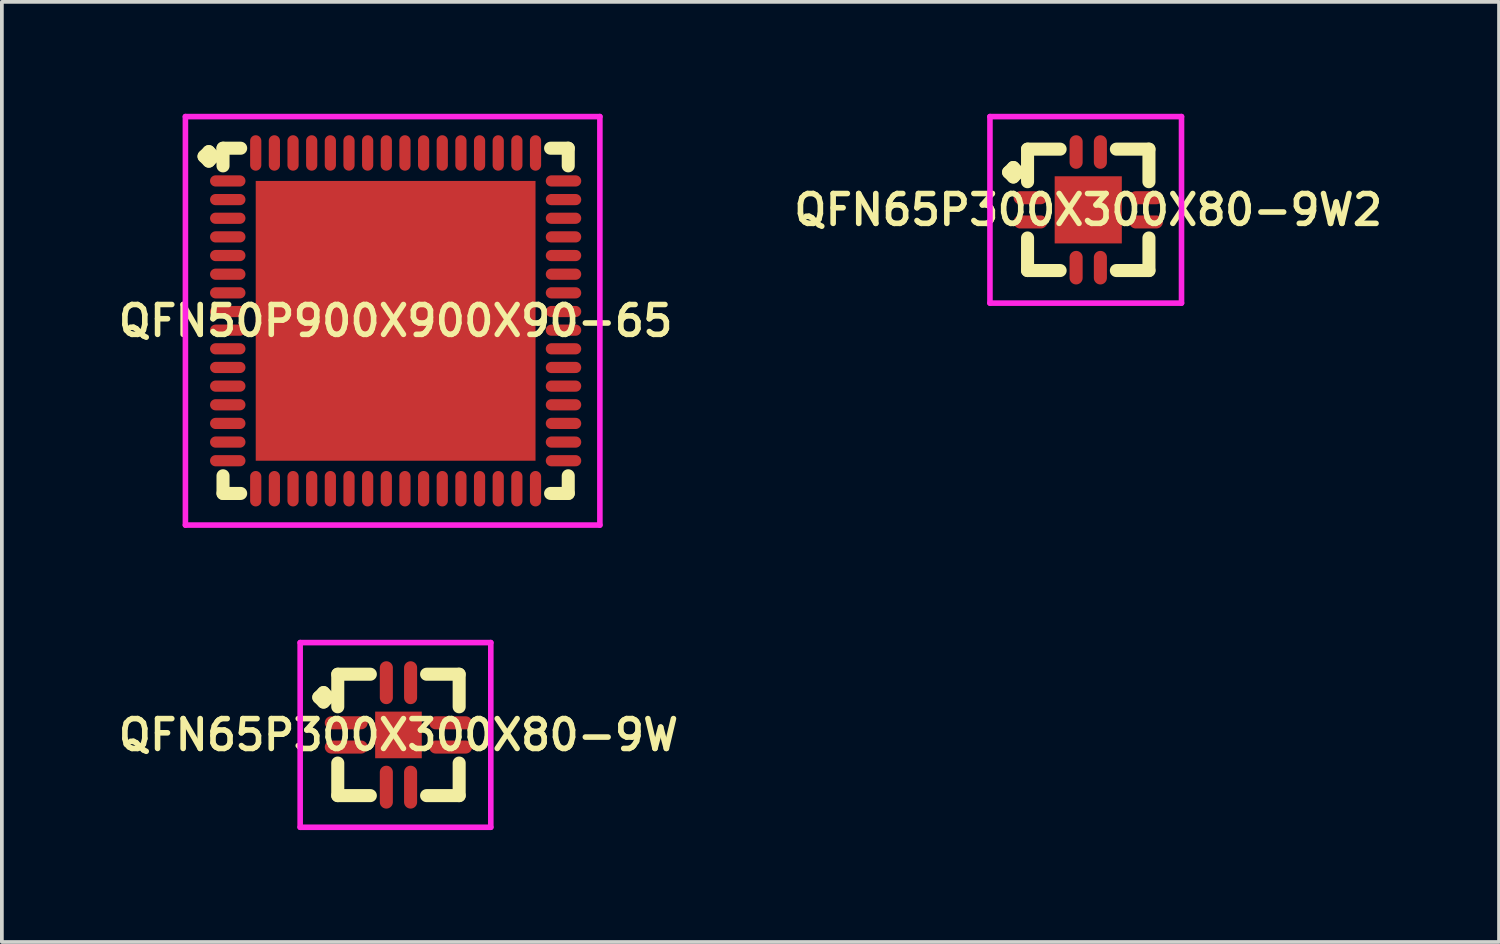
<source format=kicad_pcb>
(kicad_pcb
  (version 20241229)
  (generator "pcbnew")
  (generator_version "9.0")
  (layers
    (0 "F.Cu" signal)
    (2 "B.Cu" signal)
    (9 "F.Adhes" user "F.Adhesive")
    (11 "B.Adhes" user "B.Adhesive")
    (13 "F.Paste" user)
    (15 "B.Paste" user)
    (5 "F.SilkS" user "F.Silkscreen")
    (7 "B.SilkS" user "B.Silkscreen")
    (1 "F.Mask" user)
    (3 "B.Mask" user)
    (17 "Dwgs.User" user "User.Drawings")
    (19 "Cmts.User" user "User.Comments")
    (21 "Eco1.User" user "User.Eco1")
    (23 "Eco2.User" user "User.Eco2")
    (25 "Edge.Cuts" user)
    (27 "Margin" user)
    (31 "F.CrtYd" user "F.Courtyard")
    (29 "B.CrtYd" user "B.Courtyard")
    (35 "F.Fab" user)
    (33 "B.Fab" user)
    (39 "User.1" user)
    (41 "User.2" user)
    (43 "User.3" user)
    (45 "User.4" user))
  (footprint "QFN50P900X900X90-65"
    (layer "F.Cu")
    (at 7.555 5.55)
    (property "Reference" "QFN50P900X900X90-65" (at 0 0 0) (layer "F.SilkS") (effects (font (size 0.8 0.8) (thickness 0.15))))
    (attr smd)
    (fp_line (start -5.135 -4.408) (end -5.008 -4.535) (stroke (width 0.35) (type solid)) (layer "F.SilkS"))
    (fp_line (start -5.008 -4.535) (end -4.881 -4.408) (stroke (width 0.35) (type solid)) (layer "F.SilkS"))
    (fp_line (start -5.008 -4.281) (end -5.135 -4.408) (stroke (width 0.35) (type solid)) (layer "F.SilkS"))
    (fp_line (start -4.881 -4.408) (end -5.008 -4.281) (stroke (width 0.35) (type solid)) (layer "F.SilkS"))
    (fp_line (start -4.627 -4.627) (end -4.154 -4.627) (stroke (width 0.35) (type solid)) (layer "F.SilkS"))
    (fp_line (start -4.627 -4.154) (end -4.627 -4.627) (stroke (width 0.35) (type solid)) (layer "F.SilkS"))
    (fp_line (start -4.627 4.154) (end -4.627 4.627) (stroke (width 0.35) (type solid)) (layer "F.SilkS"))
    (fp_line (start -4.627 4.627) (end -4.154 4.627) (stroke (width 0.35) (type solid)) (layer "F.SilkS"))
    (fp_line (start 4.154 -4.627) (end 4.627 -4.627) (stroke (width 0.35) (type solid)) (layer "F.SilkS"))
    (fp_line (start 4.154 4.627) (end 4.627 4.627) (stroke (width 0.35) (type solid)) (layer "F.SilkS"))
    (fp_line (start 4.627 -4.627) (end 4.627 -4.154) (stroke (width 0.35) (type solid)) (layer "F.SilkS"))
    (fp_line (start 4.627 4.627) (end 4.627 4.154) (stroke (width 0.35) (type solid)) (layer "F.SilkS"))
    (fp_line (start -5.635 -5.475) (end 5.475 -5.475) (stroke (width 0.15) (type solid)) (layer "F.CrtYd"))
    (fp_line (start -5.635 5.475) (end -5.635 -5.475) (stroke (width 0.15) (type solid)) (layer "F.CrtYd"))
    (fp_line (start 5.475 -5.475) (end 5.475 5.475) (stroke (width 0.15) (type solid)) (layer "F.CrtYd"))
    (fp_line (start 5.475 5.475) (end -5.635 5.475) (stroke (width 0.15) (type solid)) (layer "F.CrtYd"))
    (pad "1" smd oval (at -4.5 -3.75) (size 0.95 0.3) (layers "F.Cu" "F.Mask" "F.Paste"))
    (pad "2" smd oval (at -4.5 -3.25) (size 0.95 0.3) (layers "F.Cu" "F.Mask" "F.Paste"))
    (pad "3" smd oval (at -4.5 -2.75) (size 0.95 0.3) (layers "F.Cu" "F.Mask" "F.Paste"))
    (pad "4" smd oval (at -4.5 -2.25) (size 0.95 0.3) (layers "F.Cu" "F.Mask" "F.Paste"))
    (pad "5" smd oval (at -4.5 -1.75) (size 0.95 0.3) (layers "F.Cu" "F.Mask" "F.Paste"))
    (pad "6" smd oval (at -4.5 -1.25) (size 0.95 0.3) (layers "F.Cu" "F.Mask" "F.Paste"))
    (pad "7" smd oval (at -4.5 -0.75) (size 0.95 0.3) (layers "F.Cu" "F.Mask" "F.Paste"))
    (pad "8" smd oval (at -4.5 -0.25) (size 0.95 0.3) (layers "F.Cu" "F.Mask" "F.Paste"))
    (pad "9" smd oval (at -4.5 0.25) (size 0.95 0.3) (layers "F.Cu" "F.Mask" "F.Paste"))
    (pad "10" smd oval (at -4.5 0.75) (size 0.95 0.3) (layers "F.Cu" "F.Mask" "F.Paste"))
    (pad "11" smd oval (at -4.5 1.25) (size 0.95 0.3) (layers "F.Cu" "F.Mask" "F.Paste"))
    (pad "12" smd oval (at -4.5 1.75) (size 0.95 0.3) (layers "F.Cu" "F.Mask" "F.Paste"))
    (pad "13" smd oval (at -4.5 2.25) (size 0.95 0.3) (layers "F.Cu" "F.Mask" "F.Paste"))
    (pad "14" smd oval (at -4.5 2.75) (size 0.95 0.3) (layers "F.Cu" "F.Mask" "F.Paste"))
    (pad "15" smd oval (at -4.5 3.25) (size 0.95 0.3) (layers "F.Cu" "F.Mask" "F.Paste"))
    (pad "16" smd oval (at -4.5 3.75) (size 0.95 0.3) (layers "F.Cu" "F.Mask" "F.Paste"))
    (pad "17" smd oval (at -3.75 4.5) (size 0.3 0.95) (layers "F.Cu" "F.Mask" "F.Paste"))
    (pad "18" smd oval (at -3.25 4.5) (size 0.3 0.95) (layers "F.Cu" "F.Mask" "F.Paste"))
    (pad "19" smd oval (at -2.75 4.5) (size 0.3 0.95) (layers "F.Cu" "F.Mask" "F.Paste"))
    (pad "20" smd oval (at -2.25 4.5) (size 0.3 0.95) (layers "F.Cu" "F.Mask" "F.Paste"))
    (pad "21" smd oval (at -1.75 4.5) (size 0.3 0.95) (layers "F.Cu" "F.Mask" "F.Paste"))
    (pad "22" smd oval (at -1.25 4.5) (size 0.3 0.95) (layers "F.Cu" "F.Mask" "F.Paste"))
    (pad "23" smd oval (at -0.75 4.5) (size 0.3 0.95) (layers "F.Cu" "F.Mask" "F.Paste"))
    (pad "24" smd oval (at -0.25 4.5) (size 0.3 0.95) (layers "F.Cu" "F.Mask" "F.Paste"))
    (pad "25" smd oval (at 0.25 4.5) (size 0.3 0.95) (layers "F.Cu" "F.Mask" "F.Paste"))
    (pad "26" smd oval (at 0.75 4.5) (size 0.3 0.95) (layers "F.Cu" "F.Mask" "F.Paste"))
    (pad "27" smd oval (at 1.25 4.5) (size 0.3 0.95) (layers "F.Cu" "F.Mask" "F.Paste"))
    (pad "28" smd oval (at 1.75 4.5) (size 0.3 0.95) (layers "F.Cu" "F.Mask" "F.Paste"))
    (pad "29" smd oval (at 2.25 4.5) (size 0.3 0.95) (layers "F.Cu" "F.Mask" "F.Paste"))
    (pad "30" smd oval (at 2.75 4.5) (size 0.3 0.95) (layers "F.Cu" "F.Mask" "F.Paste"))
    (pad "31" smd oval (at 3.25 4.5) (size 0.3 0.95) (layers "F.Cu" "F.Mask" "F.Paste"))
    (pad "32" smd oval (at 3.75 4.5) (size 0.3 0.95) (layers "F.Cu" "F.Mask" "F.Paste"))
    (pad "33" smd oval (at 4.5 3.75) (size 0.95 0.3) (layers "F.Cu" "F.Mask" "F.Paste"))
    (pad "34" smd oval (at 4.5 3.25) (size 0.95 0.3) (layers "F.Cu" "F.Mask" "F.Paste"))
    (pad "35" smd oval (at 4.5 2.75) (size 0.95 0.3) (layers "F.Cu" "F.Mask" "F.Paste"))
    (pad "36" smd oval (at 4.5 2.25) (size 0.95 0.3) (layers "F.Cu" "F.Mask" "F.Paste"))
    (pad "37" smd oval (at 4.5 1.75) (size 0.95 0.3) (layers "F.Cu" "F.Mask" "F.Paste"))
    (pad "38" smd oval (at 4.5 1.25) (size 0.95 0.3) (layers "F.Cu" "F.Mask" "F.Paste"))
    (pad "39" smd oval (at 4.5 0.75) (size 0.95 0.3) (layers "F.Cu" "F.Mask" "F.Paste"))
    (pad "40" smd oval (at 4.5 0.25) (size 0.95 0.3) (layers "F.Cu" "F.Mask" "F.Paste"))
    (pad "41" smd oval (at 4.5 -0.25) (size 0.95 0.3) (layers "F.Cu" "F.Mask" "F.Paste"))
    (pad "42" smd oval (at 4.5 -0.75) (size 0.95 0.3) (layers "F.Cu" "F.Mask" "F.Paste"))
    (pad "43" smd oval (at 4.5 -1.25) (size 0.95 0.3) (layers "F.Cu" "F.Mask" "F.Paste"))
    (pad "44" smd oval (at 4.5 -1.75) (size 0.95 0.3) (layers "F.Cu" "F.Mask" "F.Paste"))
    (pad "45" smd oval (at 4.5 -2.25) (size 0.95 0.3) (layers "F.Cu" "F.Mask" "F.Paste"))
    (pad "46" smd oval (at 4.5 -2.75) (size 0.95 0.3) (layers "F.Cu" "F.Mask" "F.Paste"))
    (pad "47" smd oval (at 4.5 -3.25) (size 0.95 0.3) (layers "F.Cu" "F.Mask" "F.Paste"))
    (pad "48" smd oval (at 4.5 -3.75) (size 0.95 0.3) (layers "F.Cu" "F.Mask" "F.Paste"))
    (pad "49" smd oval (at 3.75 -4.5) (size 0.3 0.95) (layers "F.Cu" "F.Mask" "F.Paste"))
    (pad "50" smd oval (at 3.25 -4.5) (size 0.3 0.95) (layers "F.Cu" "F.Mask" "F.Paste"))
    (pad "51" smd oval (at 2.75 -4.5) (size 0.3 0.95) (layers "F.Cu" "F.Mask" "F.Paste"))
    (pad "52" smd oval (at 2.25 -4.5) (size 0.3 0.95) (layers "F.Cu" "F.Mask" "F.Paste"))
    (pad "53" smd oval (at 1.75 -4.5) (size 0.3 0.95) (layers "F.Cu" "F.Mask" "F.Paste"))
    (pad "54" smd oval (at 1.25 -4.5) (size 0.3 0.95) (layers "F.Cu" "F.Mask" "F.Paste"))
    (pad "55" smd oval (at 0.75 -4.5) (size 0.3 0.95) (layers "F.Cu" "F.Mask" "F.Paste"))
    (pad "56" smd oval (at 0.25 -4.5) (size 0.3 0.95) (layers "F.Cu" "F.Mask" "F.Paste"))
    (pad "57" smd oval (at -0.25 -4.5) (size 0.3 0.95) (layers "F.Cu" "F.Mask" "F.Paste"))
    (pad "58" smd oval (at -0.75 -4.5) (size 0.3 0.95) (layers "F.Cu" "F.Mask" "F.Paste"))
    (pad "59" smd oval (at -1.25 -4.5) (size 0.3 0.95) (layers "F.Cu" "F.Mask" "F.Paste"))
    (pad "60" smd oval (at -1.75 -4.5) (size 0.3 0.95) (layers "F.Cu" "F.Mask" "F.Paste"))
    (pad "61" smd oval (at -2.25 -4.5) (size 0.3 0.95) (layers "F.Cu" "F.Mask" "F.Paste"))
    (pad "62" smd oval (at -2.75 -4.5) (size 0.3 0.95) (layers "F.Cu" "F.Mask" "F.Paste"))
    (pad "63" smd oval (at -3.25 -4.5) (size 0.3 0.95) (layers "F.Cu" "F.Mask" "F.Paste"))
    (pad "64" smd oval (at -3.75 -4.5) (size 0.3 0.95) (layers "F.Cu" "F.Mask" "F.Paste"))
    (pad "65" smd rect (at 0 0) (size 7.5 7.5) (layers "F.Cu" "F.Mask" "F.Paste")))
  (footprint "QFN65P300X300X80-9W2"
    (layer "F.Cu")
    (at 26.121 2.575)
    (property "Reference" "QFN65P300X300X80-9W2" (at 0 0 0) (layer "F.SilkS") (effects (font (size 0.8 0.8) (thickness 0.15))))
    (attr smd)
    (fp_line (start -2.135 -1.008) (end -2.008 -1.135) (stroke (width 0.35) (type solid)) (layer "F.SilkS"))
    (fp_line (start -2.008 -1.135) (end -1.881 -1.008) (stroke (width 0.35) (type solid)) (layer "F.SilkS"))
    (fp_line (start -2.008 -0.881) (end -2.135 -1.008) (stroke (width 0.35) (type solid)) (layer "F.SilkS"))
    (fp_line (start -1.881 -1.008) (end -2.008 -0.881) (stroke (width 0.35) (type solid)) (layer "F.SilkS"))
    (fp_line (start -1.627 -1.627) (end -0.754 -1.627) (stroke (width 0.35) (type solid)) (layer "F.SilkS"))
    (fp_line (start -1.627 -0.754) (end -1.627 -1.627) (stroke (width 0.35) (type solid)) (layer "F.SilkS"))
    (fp_line (start -1.627 0.754) (end -1.627 1.627) (stroke (width 0.35) (type solid)) (layer "F.SilkS"))
    (fp_line (start -1.627 1.627) (end -0.754 1.627) (stroke (width 0.35) (type solid)) (layer "F.SilkS"))
    (fp_line (start 0.754 -1.627) (end 1.627 -1.627) (stroke (width 0.35) (type solid)) (layer "F.SilkS"))
    (fp_line (start 0.754 1.627) (end 1.627 1.627) (stroke (width 0.35) (type solid)) (layer "F.SilkS"))
    (fp_line (start 1.627 -1.627) (end 1.627 -0.754) (stroke (width 0.35) (type solid)) (layer "F.SilkS"))
    (fp_line (start 1.627 1.627) (end 1.627 0.754) (stroke (width 0.35) (type solid)) (layer "F.SilkS"))
    (fp_line (start -2.635 -2.5) (end 2.5 -2.5) (stroke (width 0.15) (type solid)) (layer "F.CrtYd"))
    (fp_line (start -2.635 2.5) (end -2.635 -2.5) (stroke (width 0.15) (type solid)) (layer "F.CrtYd"))
    (fp_line (start 2.5 -2.5) (end 2.5 2.5) (stroke (width 0.15) (type solid)) (layer "F.CrtYd"))
    (fp_line (start 2.5 2.5) (end -2.635 2.5) (stroke (width 0.15) (type solid)) (layer "F.CrtYd"))
    (pad "1" smd oval (at -1.55 -0.325) (size 0.9 0.35) (layers "F.Cu" "F.Mask" "F.Paste"))
    (pad "2" smd oval (at -1.55 0.325) (size 0.9 0.35) (layers "F.Cu" "F.Mask" "F.Paste"))
    (pad "3" smd oval (at -0.325 1.55) (size 0.35 0.9) (layers "F.Cu" "F.Mask" "F.Paste"))
    (pad "4" smd oval (at 0.325 1.55) (size 0.35 0.9) (layers "F.Cu" "F.Mask" "F.Paste"))
    (pad "5" smd oval (at 1.55 0.325) (size 0.9 0.35) (layers "F.Cu" "F.Mask" "F.Paste"))
    (pad "6" smd oval (at 1.55 -0.325) (size 0.9 0.35) (layers "F.Cu" "F.Mask" "F.Paste"))
    (pad "7" smd oval (at 0.325 -1.55) (size 0.35 0.9) (layers "F.Cu" "F.Mask" "F.Paste"))
    (pad "8" smd oval (at -0.325 -1.55) (size 0.35 0.9) (layers "F.Cu" "F.Mask" "F.Paste"))
    (pad "9" smd rect (at 0 0) (size 1.8 1.8) (layers "F.Cu" "F.Mask" "F.Paste")))
  (footprint "QFN65P300X300X80-9W"
    (layer "F.Cu")
    (at 7.631 16.65)
    (property "Reference" "QFN65P300X300X80-9W" (at 0 0 0) (layer "F.SilkS") (effects (font (size 0.8 0.8) (thickness 0.15))))
    (attr smd)
    (fp_line (start -2.135 -1.008) (end -2.008 -1.135) (stroke (width 0.35) (type solid)) (layer "F.SilkS"))
    (fp_line (start -2.008 -1.135) (end -1.881 -1.008) (stroke (width 0.35) (type solid)) (layer "F.SilkS"))
    (fp_line (start -2.008 -0.881) (end -2.135 -1.008) (stroke (width 0.35) (type solid)) (layer "F.SilkS"))
    (fp_line (start -1.881 -1.008) (end -2.008 -0.881) (stroke (width 0.35) (type solid)) (layer "F.SilkS"))
    (fp_line (start -1.627 -1.627) (end -0.754 -1.627) (stroke (width 0.35) (type solid)) (layer "F.SilkS"))
    (fp_line (start -1.627 -0.754) (end -1.627 -1.627) (stroke (width 0.35) (type solid)) (layer "F.SilkS"))
    (fp_line (start -1.627 0.754) (end -1.627 1.627) (stroke (width 0.35) (type solid)) (layer "F.SilkS"))
    (fp_line (start -1.627 1.627) (end -0.754 1.627) (stroke (width 0.35) (type solid)) (layer "F.SilkS"))
    (fp_line (start 0.754 -1.627) (end 1.627 -1.627) (stroke (width 0.35) (type solid)) (layer "F.SilkS"))
    (fp_line (start 0.754 1.627) (end 1.627 1.627) (stroke (width 0.35) (type solid)) (layer "F.SilkS"))
    (fp_line (start 1.627 -1.627) (end 1.627 -0.754) (stroke (width 0.35) (type solid)) (layer "F.SilkS"))
    (fp_line (start 1.627 1.627) (end 1.627 0.754) (stroke (width 0.35) (type solid)) (layer "F.SilkS"))
    (fp_line (start -2.635 -2.475) (end 2.475 -2.475) (stroke (width 0.15) (type solid)) (layer "F.CrtYd"))
    (fp_line (start -2.635 2.475) (end -2.635 -2.475) (stroke (width 0.15) (type solid)) (layer "F.CrtYd"))
    (fp_line (start 2.475 -2.475) (end 2.475 2.475) (stroke (width 0.15) (type solid)) (layer "F.CrtYd"))
    (fp_line (start 2.475 2.475) (end -2.635 2.475) (stroke (width 0.15) (type solid)) (layer "F.CrtYd"))
    (pad "1" smd oval (at -1.4 -0.325) (size 1.15 0.35) (layers "F.Cu" "F.Mask" "F.Paste"))
    (pad "2" smd oval (at -1.4 0.325) (size 1.15 0.35) (layers "F.Cu" "F.Mask" "F.Paste"))
    (pad "3" smd oval (at -0.325 1.4) (size 0.35 1.15) (layers "F.Cu" "F.Mask" "F.Paste"))
    (pad "4" smd oval (at 0.325 1.4) (size 0.35 1.15) (layers "F.Cu" "F.Mask" "F.Paste"))
    (pad "5" smd oval (at 1.4 0.325) (size 1.15 0.35) (layers "F.Cu" "F.Mask" "F.Paste"))
    (pad "6" smd oval (at 1.4 -0.325) (size 1.15 0.35) (layers "F.Cu" "F.Mask" "F.Paste"))
    (pad "7" smd oval (at 0.325 -1.4) (size 0.35 1.15) (layers "F.Cu" "F.Mask" "F.Paste"))
    (pad "8" smd oval (at -0.325 -1.4) (size 0.35 1.15) (layers "F.Cu" "F.Mask" "F.Paste"))
    (pad "9" smd rect (at 0 0) (size 1.25 1.25) (layers "F.Cu" "F.Mask" "F.Paste")))
  (gr_rect
    (start -3 -3)
    (end 37.132 22.2)
    (stroke (width 0.1) (type default))
    (fill no)
    (layer "Edge.Cuts")))
</source>
